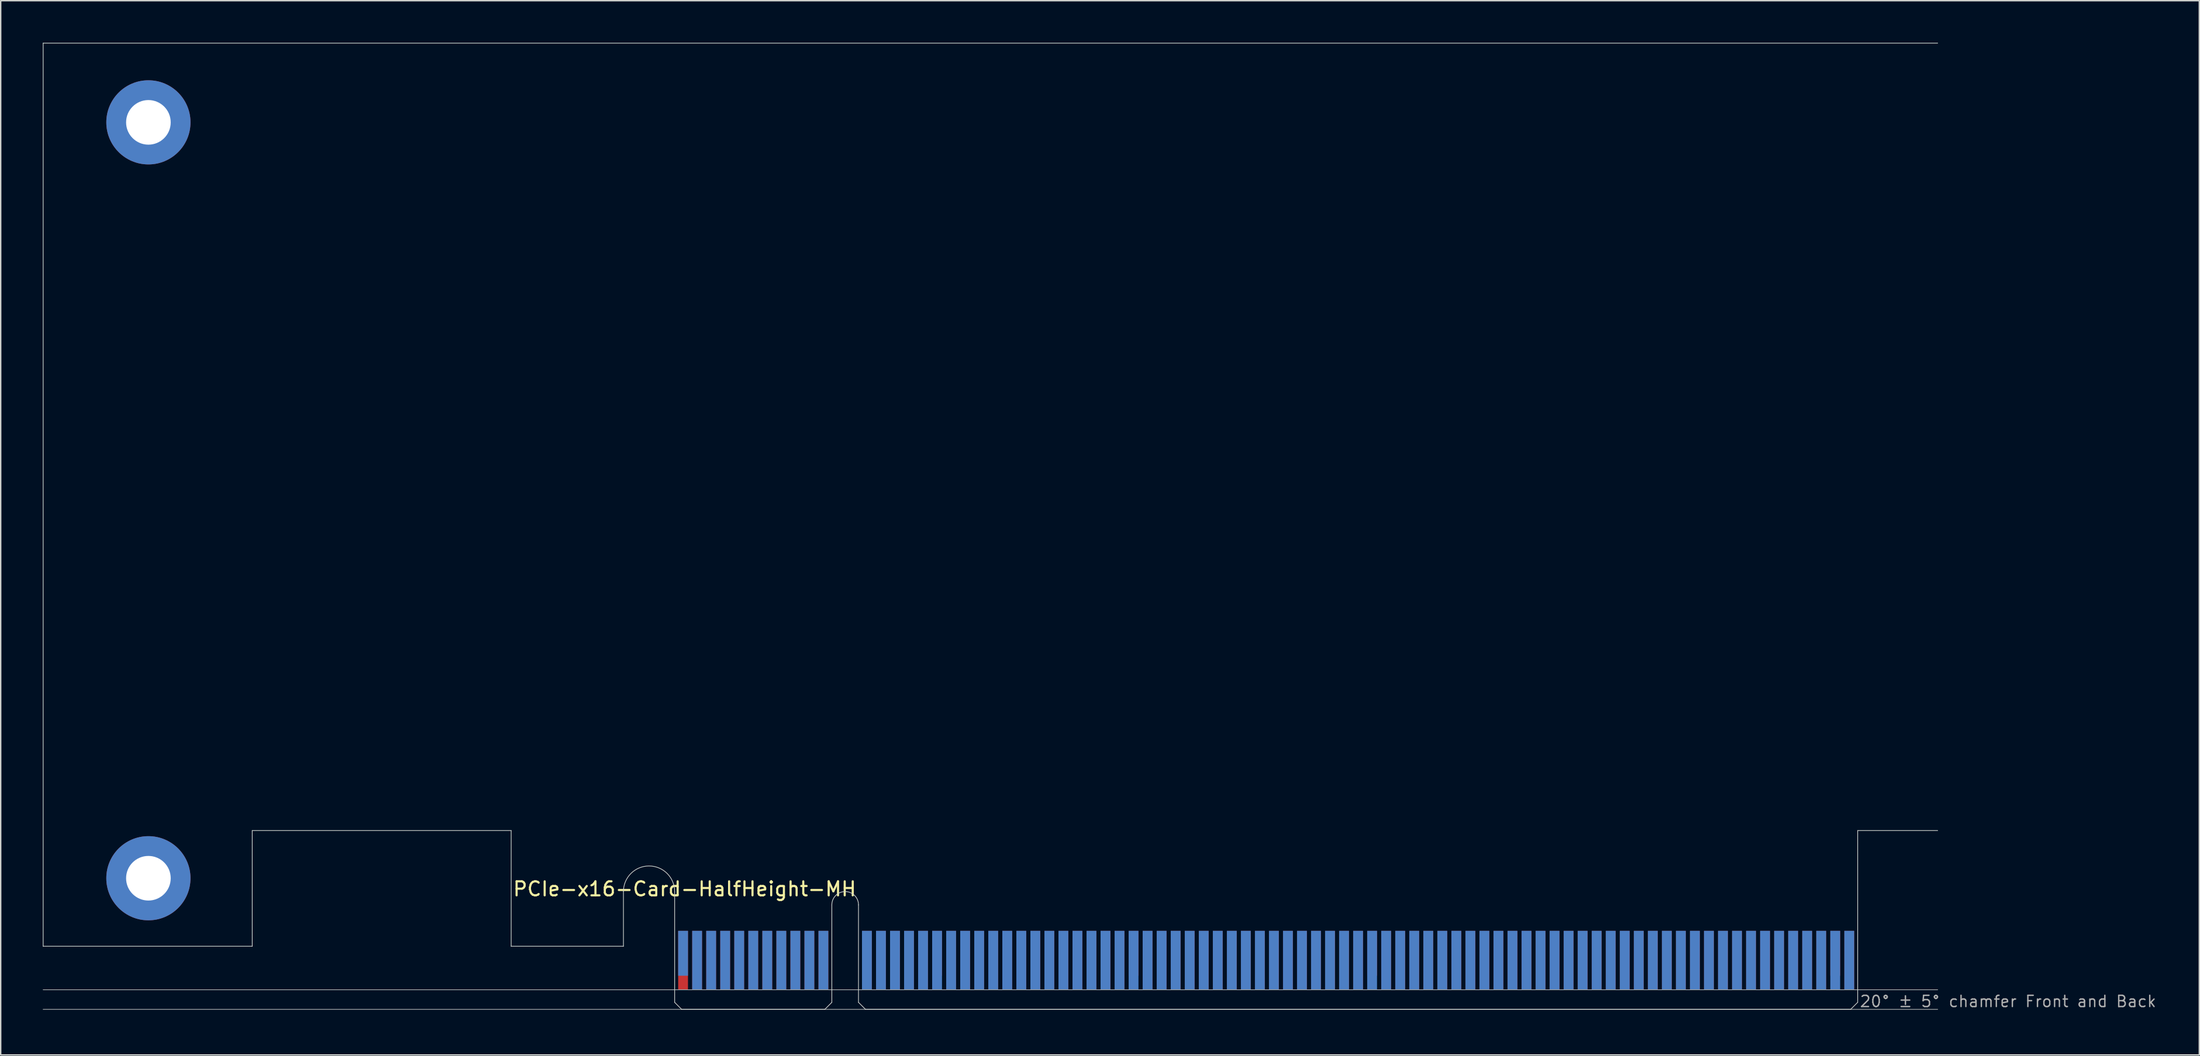
<source format=kicad_pcb>
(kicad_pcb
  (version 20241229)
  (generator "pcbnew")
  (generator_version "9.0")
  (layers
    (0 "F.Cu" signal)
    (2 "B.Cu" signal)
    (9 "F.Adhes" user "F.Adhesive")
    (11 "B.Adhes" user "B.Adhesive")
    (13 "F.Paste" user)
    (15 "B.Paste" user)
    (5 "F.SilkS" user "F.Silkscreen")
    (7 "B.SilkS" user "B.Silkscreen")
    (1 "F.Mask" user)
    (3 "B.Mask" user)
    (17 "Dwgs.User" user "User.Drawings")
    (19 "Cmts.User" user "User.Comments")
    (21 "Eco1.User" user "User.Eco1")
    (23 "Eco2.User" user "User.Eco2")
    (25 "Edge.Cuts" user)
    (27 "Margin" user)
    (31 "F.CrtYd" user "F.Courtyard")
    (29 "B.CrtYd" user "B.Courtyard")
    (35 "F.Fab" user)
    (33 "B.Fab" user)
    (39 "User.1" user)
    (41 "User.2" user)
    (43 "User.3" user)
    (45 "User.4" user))
  (footprint "PCIe-x16-Card-HalfHeight-MH"
    (layer "F.Cu")
    (at 45.025 68.925)
    (property "Reference" "PCIe-x16-Card-HalfHeight-MH" (at -11.6 -8 0) (layer "F.SilkS") (effects (font (size 1 1) (thickness 0.15)) (justify left bottom)))
    (attr exclude_from_pos_files exclude_from_bom)
    (fp_poly (pts (xy -3.65 -4.5) (xy -11.65 -4.5) (xy -11.65 -7.95) (xy -3.65 -7.95)) (stroke (width 0.1) (type solid)) (fill yes) (layer "F.Mask"))
    (fp_poly (pts (xy 11.2 -5.45) (xy 0 -5.45) (xy 0 0) (xy 11.2 0)) (stroke (width 0.1) (type solid)) (fill yes) (layer "F.Mask"))
    (fp_poly (pts (xy 84.3 -5.45) (xy 13.1 -5.45) (xy 13.1 0) (xy 84.3 0)) (stroke (width 0.1) (type solid)) (fill yes) (layer "F.Mask"))
    (fp_poly (pts (xy -3.65 -7.95) (xy -11.65 -7.95) (xy -11.65 -4.5) (xy -3.65 -4.5)) (stroke (width 0.1) (type solid)) (fill yes) (layer "B.Mask"))
    (fp_poly (pts (xy 11.2 0) (xy 0 0) (xy 0 -5.45) (xy 11.2 -5.45)) (stroke (width 0.1) (type solid)) (fill yes) (layer "B.Mask"))
    (fp_poly (pts (xy 84.3 -5.45) (xy 13.1 -5.45) (xy 13.1 0) (xy 84.3 0)) (stroke (width 0.1) (type solid)) (fill yes) (layer "B.Mask"))
    (fp_line (start -45 -68.9) (end 90 -68.9) (stroke (width 0.05) (type solid)) (layer "Edge.Cuts"))
    (fp_line (start -45 -4.5) (end -45 -68.9) (stroke (width 0.05) (type solid)) (layer "Edge.Cuts"))
    (fp_line (start -30.1 -12.75) (end -30.1 -4.5) (stroke (width 0.05) (type solid)) (layer "Edge.Cuts"))
    (fp_line (start -30.1 -4.5) (end -45 -4.5) (stroke (width 0.05) (type solid)) (layer "Edge.Cuts"))
    (fp_line (start -11.65 -12.75) (end -30.1 -12.75) (stroke (width 0.05) (type solid)) (layer "Edge.Cuts"))
    (fp_line (start -11.65 -4.5) (end -11.65 -12.75) (stroke (width 0.05) (type solid)) (layer "Edge.Cuts"))
    (fp_line (start -3.65 -4.5) (end -11.65 -4.5) (stroke (width 0.05) (type solid)) (layer "Edge.Cuts"))
    (fp_line (start -3.65 -4.5) (end -3.65 -8.4) (stroke (width 0.05) (type solid)) (layer "Edge.Cuts"))
    (fp_line (start 0 -0.5) (end 0 -8.4) (stroke (width 0.05) (type solid)) (layer "Edge.Cuts"))
    (fp_line (start 0.5 0) (end 0 -0.5) (stroke (width 0.05) (type solid)) (layer "Edge.Cuts"))
    (fp_line (start 0.5 0) (end 10.7 0) (stroke (width 0.05) (type solid)) (layer "Edge.Cuts"))
    (fp_line (start 10.7 0) (end 11.2 -0.5) (stroke (width 0.05) (type solid)) (layer "Edge.Cuts"))
    (fp_line (start 11.2 -0.5) (end 11.2 -7.45) (stroke (width 0.05) (type solid)) (layer "Edge.Cuts"))
    (fp_line (start 13.1 -0.5) (end 13.1 -7.45) (stroke (width 0.05) (type solid)) (layer "Edge.Cuts"))
    (fp_line (start 13.6 0) (end 13.1 -0.5) (stroke (width 0.05) (type solid)) (layer "Edge.Cuts"))
    (fp_line (start 83.8 0) (end 13.6 0) (stroke (width 0.05) (type solid)) (layer "Edge.Cuts"))
    (fp_line (start 83.8 0) (end 84.3 -0.5) (stroke (width 0.05) (type solid)) (layer "Edge.Cuts"))
    (fp_line (start 84.3 -12.75) (end 90 -12.75) (stroke (width 0.05) (type solid)) (layer "Edge.Cuts"))
    (fp_line (start 84.3 -0.5) (end 84.3 -12.75) (stroke (width 0.05) (type solid)) (layer "Edge.Cuts"))
    (fp_arc (start -3.65 -8.4) (mid -1.825 -10.225) (end 0 -8.4) (stroke (width 0.05) (type solid)) (layer "Edge.Cuts"))
    (fp_arc (start 11.2 -7.45) (mid 12.15 -8.4) (end 13.1 -7.45) (stroke (width 0.05) (type solid)) (layer "Edge.Cuts"))
    (fp_line (start -45 -1.4) (end 90 -1.4) (stroke (width 0.05) (type solid)) (layer "F.Fab"))
    (fp_line (start -45 0) (end 90 0) (stroke (width 0.05) (type solid)) (layer "F.Fab"))
    (fp_text user "20° ± 5° chamfer Front and Back" (at 84.4 -0.1 0) (layer "F.Fab") (effects (font (size 0.8 0.8) (thickness 0.1)) (justify left bottom)))
    (pad "A1" smd rect (at 0.6 -4) (size 0.7 3.2) (layers "B.Cu"))
    (pad "A2" smd rect (at 1.6 -3.5) (size 0.7 4.2) (layers "B.Cu"))
    (pad "A3" smd rect (at 2.6 -3.5) (size 0.7 4.2) (layers "B.Cu"))
    (pad "A4" smd rect (at 3.6 -3.5) (size 0.7 4.2) (layers "B.Cu"))
    (pad "A5" smd rect (at 4.6 -3.5) (size 0.7 4.2) (layers "B.Cu"))
    (pad "A6" smd rect (at 5.6 -3.5) (size 0.7 4.2) (layers "B.Cu"))
    (pad "A7" smd rect (at 6.6 -3.5) (size 0.7 4.2) (layers "B.Cu"))
    (pad "A8" smd rect (at 7.6 -3.5) (size 0.7 4.2) (layers "B.Cu"))
    (pad "A9" smd rect (at 8.6 -3.5) (size 0.7 4.2) (layers "B.Cu"))
    (pad "A10" smd rect (at 9.6 -3.5) (size 0.7 4.2) (layers "B.Cu"))
    (pad "A11" smd rect (at 10.6 -3.5) (size 0.7 4.2) (layers "B.Cu"))
    (pad "A12" smd rect (at 13.7 -3.5) (size 0.7 4.2) (layers "B.Cu"))
    (pad "A13" smd rect (at 14.7 -3.5) (size 0.7 4.2) (layers "B.Cu"))
    (pad "A14" smd rect (at 15.7 -3.5) (size 0.7 4.2) (layers "B.Cu"))
    (pad "A15" smd rect (at 16.7 -3.5) (size 0.7 4.2) (layers "B.Cu"))
    (pad "A16" smd rect (at 17.7 -3.5) (size 0.7 4.2) (layers "B.Cu"))
    (pad "A17" smd rect (at 18.7 -3.5) (size 0.7 4.2) (layers "B.Cu"))
    (pad "A18" smd rect (at 19.7 -3.5) (size 0.7 4.2) (layers "B.Cu"))
    (pad "A19" smd rect (at 20.7 -3.5) (size 0.7 4.2) (layers "B.Cu"))
    (pad "A20" smd rect (at 21.7 -3.5) (size 0.7 4.2) (layers "B.Cu"))
    (pad "A21" smd rect (at 22.7 -3.5) (size 0.7 4.2) (layers "B.Cu"))
    (pad "A22" smd rect (at 23.7 -3.5) (size 0.7 4.2) (layers "B.Cu"))
    (pad "A23" smd rect (at 24.7 -3.5) (size 0.7 4.2) (layers "B.Cu"))
    (pad "A24" smd rect (at 25.7 -3.5) (size 0.7 4.2) (layers "B.Cu"))
    (pad "A25" smd rect (at 26.7 -3.5) (size 0.7 4.2) (layers "B.Cu"))
    (pad "A26" smd rect (at 27.7 -3.5) (size 0.7 4.2) (layers "B.Cu"))
    (pad "A27" smd rect (at 28.7 -3.5) (size 0.7 4.2) (layers "B.Cu"))
    (pad "A28" smd rect (at 29.7 -3.5) (size 0.7 4.2) (layers "B.Cu"))
    (pad "A29" smd rect (at 30.7 -3.5) (size 0.7 4.2) (layers "B.Cu"))
    (pad "A30" smd rect (at 31.7 -3.5) (size 0.7 4.2) (layers "B.Cu"))
    (pad "A31" smd rect (at 32.7 -3.5) (size 0.7 4.2) (layers "B.Cu"))
    (pad "A32" smd rect (at 33.7 -3.5) (size 0.7 4.2) (layers "B.Cu"))
    (pad "A33" smd rect (at 34.7 -3.5) (size 0.7 4.2) (layers "B.Cu"))
    (pad "A34" smd rect (at 35.7 -3.5) (size 0.7 4.2) (layers "B.Cu"))
    (pad "A35" smd rect (at 36.7 -3.5) (size 0.7 4.2) (layers "B.Cu"))
    (pad "A36" smd rect (at 37.7 -3.5) (size 0.7 4.2) (layers "B.Cu"))
    (pad "A37" smd rect (at 38.7 -3.5) (size 0.7 4.2) (layers "B.Cu"))
    (pad "A38" smd rect (at 39.7 -3.5) (size 0.7 4.2) (layers "B.Cu"))
    (pad "A39" smd rect (at 40.7 -3.5) (size 0.7 4.2) (layers "B.Cu"))
    (pad "A40" smd rect (at 41.7 -3.5) (size 0.7 4.2) (layers "B.Cu"))
    (pad "A41" smd rect (at 42.7 -3.5) (size 0.7 4.2) (layers "B.Cu"))
    (pad "A42" smd rect (at 43.7 -3.5) (size 0.7 4.2) (layers "B.Cu"))
    (pad "A43" smd rect (at 44.7 -3.5) (size 0.7 4.2) (layers "B.Cu"))
    (pad "A44" smd rect (at 45.7 -3.5) (size 0.7 4.2) (layers "B.Cu"))
    (pad "A45" smd rect (at 46.7 -3.5) (size 0.7 4.2) (layers "B.Cu"))
    (pad "A46" smd rect (at 47.7 -3.5) (size 0.7 4.2) (layers "B.Cu"))
    (pad "A47" smd rect (at 48.7 -3.5) (size 0.7 4.2) (layers "B.Cu"))
    (pad "A48" smd rect (at 49.7 -3.5) (size 0.7 4.2) (layers "B.Cu"))
    (pad "A49" smd rect (at 50.7 -3.5) (size 0.7 4.2) (layers "B.Cu"))
    (pad "A50" smd rect (at 51.7 -3.5) (size 0.7 4.2) (layers "B.Cu"))
    (pad "A51" smd rect (at 52.7 -3.5) (size 0.7 4.2) (layers "B.Cu"))
    (pad "A52" smd rect (at 53.7 -3.5) (size 0.7 4.2) (layers "B.Cu"))
    (pad "A53" smd rect (at 54.7 -3.5) (size 0.7 4.2) (layers "B.Cu"))
    (pad "A54" smd rect (at 55.7 -3.5) (size 0.7 4.2) (layers "B.Cu"))
    (pad "A55" smd rect (at 56.7 -3.5) (size 0.7 4.2) (layers "B.Cu"))
    (pad "A56" smd rect (at 57.7 -3.5) (size 0.7 4.2) (layers "B.Cu"))
    (pad "A57" smd rect (at 58.7 -3.5) (size 0.7 4.2) (layers "B.Cu"))
    (pad "A58" smd rect (at 59.7 -3.5) (size 0.7 4.2) (layers "B.Cu"))
    (pad "A59" smd rect (at 60.7 -3.5) (size 0.7 4.2) (layers "B.Cu"))
    (pad "A60" smd rect (at 61.7 -3.5) (size 0.7 4.2) (layers "B.Cu"))
    (pad "A61" smd rect (at 62.7 -3.5) (size 0.7 4.2) (layers "B.Cu"))
    (pad "A62" smd rect (at 63.7 -3.5) (size 0.7 4.2) (layers "B.Cu"))
    (pad "A63" smd rect (at 64.7 -3.5) (size 0.7 4.2) (layers "B.Cu"))
    (pad "A64" smd rect (at 65.7 -3.5) (size 0.7 4.2) (layers "B.Cu"))
    (pad "A65" smd rect (at 66.7 -3.5) (size 0.7 4.2) (layers "B.Cu"))
    (pad "A66" smd rect (at 67.7 -3.5) (size 0.7 4.2) (layers "B.Cu"))
    (pad "A67" smd rect (at 68.7 -3.5) (size 0.7 4.2) (layers "B.Cu"))
    (pad "A68" smd rect (at 69.7 -3.5) (size 0.7 4.2) (layers "B.Cu"))
    (pad "A69" smd rect (at 70.7 -3.5) (size 0.7 4.2) (layers "B.Cu"))
    (pad "A70" smd rect (at 71.7 -3.5) (size 0.7 4.2) (layers "B.Cu"))
    (pad "A71" smd rect (at 72.7 -3.5) (size 0.7 4.2) (layers "B.Cu"))
    (pad "A72" smd rect (at 73.7 -3.5) (size 0.7 4.2) (layers "B.Cu"))
    (pad "A73" smd rect (at 74.7 -3.5) (size 0.7 4.2) (layers "B.Cu"))
    (pad "A74" smd rect (at 75.7 -3.5) (size 0.7 4.2) (layers "B.Cu"))
    (pad "A75" smd rect (at 76.7 -3.5) (size 0.7 4.2) (layers "B.Cu"))
    (pad "A76" smd rect (at 77.7 -3.5) (size 0.7 4.2) (layers "B.Cu"))
    (pad "A77" smd rect (at 78.7 -3.5) (size 0.7 4.2) (layers "B.Cu"))
    (pad "A78" smd rect (at 79.7 -3.5) (size 0.7 4.2) (layers "B.Cu"))
    (pad "A79" smd rect (at 80.7 -3.5) (size 0.7 4.2) (layers "B.Cu"))
    (pad "A80" smd rect (at 81.7 -3.5) (size 0.7 4.2) (layers "B.Cu"))
    (pad "A81" smd rect (at 82.7 -3.5) (size 0.7 4.2) (layers "B.Cu"))
    (pad "A82" smd rect (at 83.7 -3.5) (size 0.7 4.2) (layers "B.Cu"))
    (pad "B1" smd rect (at 0.6 -3.5) (size 0.7 4.2) (layers "F.Cu"))
    (pad "B2" smd rect (at 1.6 -3.5) (size 0.7 4.2) (layers "F.Cu"))
    (pad "B3" smd rect (at 2.6 -3.5) (size 0.7 4.2) (layers "F.Cu"))
    (pad "B4" smd rect (at 3.6 -3.5) (size 0.7 4.2) (layers "F.Cu"))
    (pad "B5" smd rect (at 4.6 -3.5) (size 0.7 4.2) (layers "F.Cu"))
    (pad "B6" smd rect (at 5.6 -3.5) (size 0.7 4.2) (layers "F.Cu"))
    (pad "B7" smd rect (at 6.6 -3.5) (size 0.7 4.2) (layers "F.Cu"))
    (pad "B8" smd rect (at 7.6 -3.5) (size 0.7 4.2) (layers "F.Cu"))
    (pad "B9" smd rect (at 8.6 -3.5) (size 0.7 4.2) (layers "F.Cu"))
    (pad "B10" smd rect (at 9.6 -3.5) (size 0.7 4.2) (layers "F.Cu"))
    (pad "B11" smd rect (at 10.6 -3.5) (size 0.7 4.2) (layers "F.Cu"))
    (pad "B12" smd rect (at 13.7 -3.5) (size 0.7 4.2) (layers "F.Cu"))
    (pad "B13" smd rect (at 14.7 -3.5) (size 0.7 4.2) (layers "F.Cu"))
    (pad "B14" smd rect (at 15.7 -3.5) (size 0.7 4.2) (layers "F.Cu"))
    (pad "B15" smd rect (at 16.7 -3.5) (size 0.7 4.2) (layers "F.Cu"))
    (pad "B16" smd rect (at 17.7 -3.5) (size 0.7 4.2) (layers "F.Cu"))
    (pad "B17" smd rect (at 18.7 -4) (size 0.7 3.2) (layers "F.Cu"))
    (pad "B18" smd rect (at 19.7 -3.5) (size 0.7 4.2) (layers "F.Cu"))
    (pad "B19" smd rect (at 20.7 -3.5) (size 0.7 4.2) (layers "F.Cu"))
    (pad "B20" smd rect (at 21.7 -3.5) (size 0.7 4.2) (layers "F.Cu"))
    (pad "B21" smd rect (at 22.7 -3.5) (size 0.7 4.2) (layers "F.Cu"))
    (pad "B22" smd rect (at 23.7 -3.5) (size 0.7 4.2) (layers "F.Cu"))
    (pad "B23" smd rect (at 24.7 -3.5) (size 0.7 4.2) (layers "F.Cu"))
    (pad "B24" smd rect (at 25.7 -3.5) (size 0.7 4.2) (layers "F.Cu"))
    (pad "B25" smd rect (at 26.7 -3.5) (size 0.7 4.2) (layers "F.Cu"))
    (pad "B26" smd rect (at 27.7 -3.5) (size 0.7 4.2) (layers "F.Cu"))
    (pad "B27" smd rect (at 28.7 -3.5) (size 0.7 4.2) (layers "F.Cu"))
    (pad "B28" smd rect (at 29.7 -3.5) (size 0.7 4.2) (layers "F.Cu"))
    (pad "B29" smd rect (at 30.7 -3.5) (size 0.7 4.2) (layers "F.Cu"))
    (pad "B30" smd rect (at 31.7 -3.5) (size 0.7 4.2) (layers "F.Cu"))
    (pad "B31" smd rect (at 32.7 -4) (size 0.7 3.2) (layers "F.Cu"))
    (pad "B32" smd rect (at 33.7 -3.5) (size 0.7 4.2) (layers "F.Cu"))
    (pad "B33" smd rect (at 34.7 -3.5) (size 0.7 4.2) (layers "F.Cu"))
    (pad "B34" smd rect (at 35.7 -3.5) (size 0.7 4.2) (layers "F.Cu"))
    (pad "B35" smd rect (at 36.7 -3.5) (size 0.7 4.2) (layers "F.Cu"))
    (pad "B36" smd rect (at 37.7 -3.5) (size 0.7 4.2) (layers "F.Cu"))
    (pad "B37" smd rect (at 38.7 -3.5) (size 0.7 4.2) (layers "F.Cu"))
    (pad "B38" smd rect (at 39.7 -3.5) (size 0.7 4.2) (layers "F.Cu"))
    (pad "B39" smd rect (at 40.7 -3.5) (size 0.7 4.2) (layers "F.Cu"))
    (pad "B40" smd rect (at 41.7 -3.5) (size 0.7 4.2) (layers "F.Cu"))
    (pad "B41" smd rect (at 42.7 -3.5) (size 0.7 4.2) (layers "F.Cu"))
    (pad "B42" smd rect (at 43.7 -3.5) (size 0.7 4.2) (layers "F.Cu"))
    (pad "B43" smd rect (at 44.7 -3.5) (size 0.7 4.2) (layers "F.Cu"))
    (pad "B44" smd rect (at 45.7 -3.5) (size 0.7 4.2) (layers "F.Cu"))
    (pad "B45" smd rect (at 46.7 -3.5) (size 0.7 4.2) (layers "F.Cu"))
    (pad "B46" smd rect (at 47.7 -3.5) (size 0.7 4.2) (layers "F.Cu"))
    (pad "B47" smd rect (at 48.7 -3.5) (size 0.7 4.2) (layers "F.Cu"))
    (pad "B48" smd rect (at 49.7 -4) (size 0.7 3.2) (layers "F.Cu"))
    (pad "B49" smd rect (at 50.7 -3.5) (size 0.7 4.2) (layers "F.Cu"))
    (pad "B50" smd rect (at 51.7 -3.5) (size 0.7 4.2) (layers "F.Cu"))
    (pad "B51" smd rect (at 52.7 -3.5) (size 0.7 4.2) (layers "F.Cu"))
    (pad "B52" smd rect (at 53.7 -3.5) (size 0.7 4.2) (layers "F.Cu"))
    (pad "B53" smd rect (at 54.7 -3.5) (size 0.7 4.2) (layers "F.Cu"))
    (pad "B54" smd rect (at 55.7 -3.5) (size 0.7 4.2) (layers "F.Cu"))
    (pad "B55" smd rect (at 56.7 -3.5) (size 0.7 4.2) (layers "F.Cu"))
    (pad "B56" smd rect (at 57.7 -3.5) (size 0.7 4.2) (layers "F.Cu"))
    (pad "B57" smd rect (at 58.7 -3.5) (size 0.7 4.2) (layers "F.Cu"))
    (pad "B58" smd rect (at 59.7 -3.5) (size 0.7 4.2) (layers "F.Cu"))
    (pad "B59" smd rect (at 60.7 -3.5) (size 0.7 4.2) (layers "F.Cu"))
    (pad "B60" smd rect (at 61.7 -3.5) (size 0.7 4.2) (layers "F.Cu"))
    (pad "B61" smd rect (at 62.7 -3.5) (size 0.7 4.2) (layers "F.Cu"))
    (pad "B62" smd rect (at 63.7 -3.5) (size 0.7 4.2) (layers "F.Cu"))
    (pad "B63" smd rect (at 64.7 -3.5) (size 0.7 4.2) (layers "F.Cu"))
    (pad "B64" smd rect (at 65.7 -3.5) (size 0.7 4.2) (layers "F.Cu"))
    (pad "B65" smd rect (at 66.7 -3.5) (size 0.7 4.2) (layers "F.Cu"))
    (pad "B66" smd rect (at 67.7 -3.5) (size 0.7 4.2) (layers "F.Cu"))
    (pad "B67" smd rect (at 68.7 -3.5) (size 0.7 4.2) (layers "F.Cu"))
    (pad "B68" smd rect (at 69.7 -3.5) (size 0.7 4.2) (layers "F.Cu"))
    (pad "B69" smd rect (at 70.7 -3.5) (size 0.7 4.2) (layers "F.Cu"))
    (pad "B70" smd rect (at 71.7 -3.5) (size 0.7 4.2) (layers "F.Cu"))
    (pad "B71" smd rect (at 72.7 -3.5) (size 0.7 4.2) (layers "F.Cu"))
    (pad "B72" smd rect (at 73.7 -3.5) (size 0.7 4.2) (layers "F.Cu"))
    (pad "B73" smd rect (at 74.7 -3.5) (size 0.7 4.2) (layers "F.Cu"))
    (pad "B74" smd rect (at 75.7 -3.5) (size 0.7 4.2) (layers "F.Cu"))
    (pad "B75" smd rect (at 76.7 -3.5) (size 0.7 4.2) (layers "F.Cu"))
    (pad "B76" smd rect (at 77.7 -3.5) (size 0.7 4.2) (layers "F.Cu"))
    (pad "B77" smd rect (at 78.7 -3.5) (size 0.7 4.2) (layers "F.Cu"))
    (pad "B78" smd rect (at 79.7 -3.5) (size 0.7 4.2) (layers "F.Cu"))
    (pad "B79" smd rect (at 80.7 -3.5) (size 0.7 4.2) (layers "F.Cu"))
    (pad "B80" smd rect (at 81.7 -3.5) (size 0.7 4.2) (layers "F.Cu"))
    (pad "B81" smd rect (at 82.7 -4) (size 0.7 3.2) (layers "F.Cu"))
    (pad "B82" smd rect (at 83.7 -3.5) (size 0.7 4.2) (layers "F.Cu"))
    (pad "GND" thru_hole circle (at -37.5 -63.25) (size 6 6) (drill 3.18) (layers "*.Cu" "*.Mask"))
    (pad "GND" thru_hole circle (at -37.5 -9.35) (size 6 6) (drill 3.18) (layers "*.Cu" "*.Mask")))
  (gr_rect
    (start -3 -3)
    (end 153.67 72.175)
    (stroke (width 0.1) (type default))
    (fill no)
    (layer "Edge.Cuts")))
</source>
